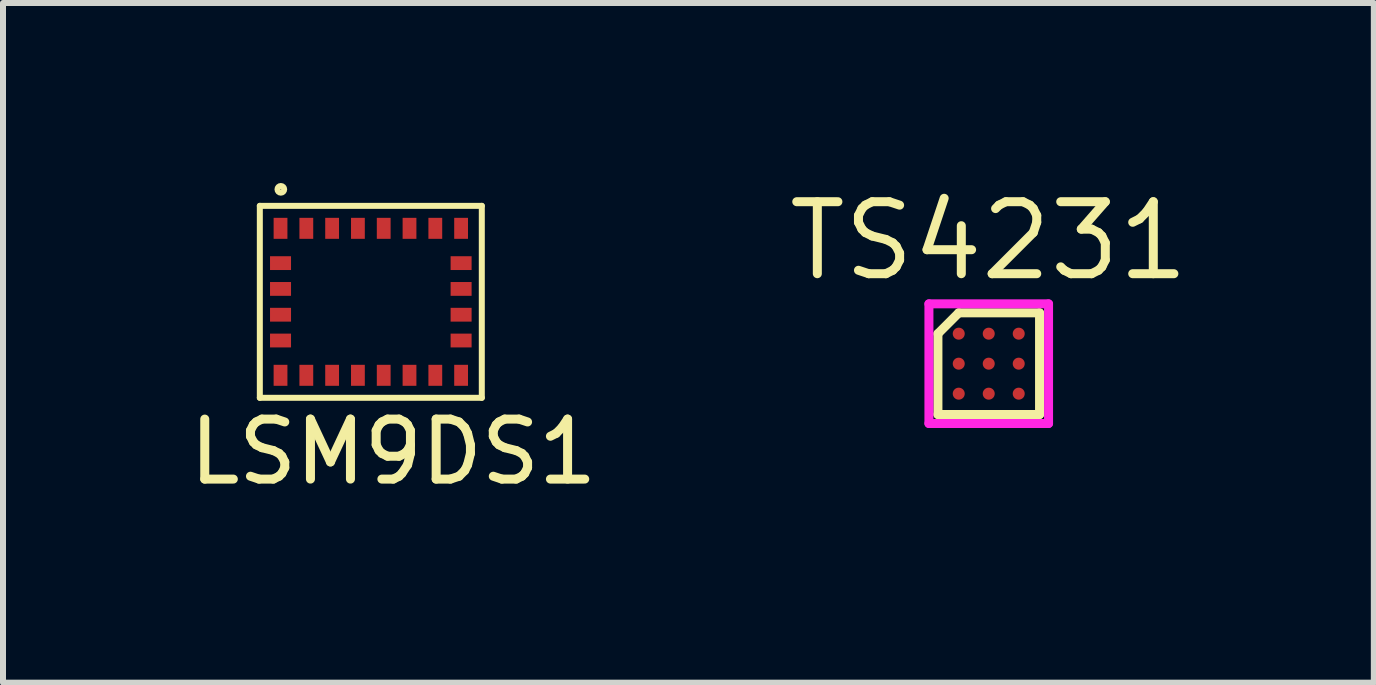
<source format=kicad_pcb>
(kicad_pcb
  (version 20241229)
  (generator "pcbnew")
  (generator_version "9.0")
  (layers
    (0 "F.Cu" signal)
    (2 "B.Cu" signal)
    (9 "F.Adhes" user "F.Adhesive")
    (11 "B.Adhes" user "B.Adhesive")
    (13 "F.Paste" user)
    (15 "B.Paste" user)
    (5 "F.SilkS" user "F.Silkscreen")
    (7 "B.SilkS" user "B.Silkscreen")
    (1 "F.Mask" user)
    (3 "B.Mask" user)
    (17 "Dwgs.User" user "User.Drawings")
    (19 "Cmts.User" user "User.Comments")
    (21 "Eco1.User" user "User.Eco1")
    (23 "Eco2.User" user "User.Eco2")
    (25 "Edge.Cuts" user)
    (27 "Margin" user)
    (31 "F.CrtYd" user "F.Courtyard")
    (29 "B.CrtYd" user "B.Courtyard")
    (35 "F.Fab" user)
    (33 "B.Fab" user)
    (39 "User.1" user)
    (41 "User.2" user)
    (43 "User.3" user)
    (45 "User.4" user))
  (footprint "TS4231"
    (layer "F.Cu")
    (at 13.431 3.012)
    (property "Reference" "TS4231" (at 0 -2.047 0) (layer "F.SilkS") (effects (font (size 1.2 1.2) (thickness 0.15))))
    (attr through_hole)
    (fp_line (start -0.847 -0.5) (end -0.847 0.847) (stroke (width 0.15) (type solid)) (layer "F.SilkS"))
    (fp_line (start -0.847 0.847) (end 0.847 0.847) (stroke (width 0.15) (type solid)) (layer "F.SilkS"))
    (fp_line (start -0.5 -0.847) (end -0.847 -0.5) (stroke (width 0.15) (type solid)) (layer "F.SilkS"))
    (fp_line (start 0.847 -0.847) (end -0.5 -0.847) (stroke (width 0.15) (type solid)) (layer "F.SilkS"))
    (fp_line (start 0.847 0.847) (end 0.847 -0.847) (stroke (width 0.15) (type solid)) (layer "F.SilkS"))
    (fp_line (start -0.997 -0.997) (end 0.997 -0.997) (stroke (width 0.15) (type solid)) (layer "F.CrtYd"))
    (fp_line (start -0.997 0.997) (end -0.997 -0.997) (stroke (width 0.15) (type solid)) (layer "F.CrtYd"))
    (fp_line (start 0.997 -0.997) (end 0.997 0.997) (stroke (width 0.15) (type solid)) (layer "F.CrtYd"))
    (fp_line (start 0.997 0.997) (end -0.997 0.997) (stroke (width 0.15) (type solid)) (layer "F.CrtYd"))
    (pad "A1" smd circle (at -0.5 -0.5) (size 0.2 0.2) (layers "F.Cu" "F.Mask" "F.Paste"))
    (pad "A2" smd circle (at 0 -0.5) (size 0.2 0.2) (layers "F.Cu" "F.Mask" "F.Paste"))
    (pad "A3" smd circle (at 0.5 -0.5) (size 0.2 0.2) (layers "F.Cu" "F.Mask" "F.Paste"))
    (pad "B1" smd circle (at -0.5 0) (size 0.2 0.2) (layers "F.Cu" "F.Mask" "F.Paste"))
    (pad "B2" smd circle (at 0 0) (size 0.2 0.2) (layers "F.Cu" "F.Mask" "F.Paste"))
    (pad "B3" smd circle (at 0.5 0) (size 0.2 0.2) (layers "F.Cu" "F.Mask" "F.Paste"))
    (pad "C1" smd circle (at -0.5 0.5) (size 0.2 0.2) (layers "F.Cu" "F.Mask" "F.Paste"))
    (pad "C2" smd circle (at 0 0.5) (size 0.2 0.2) (layers "F.Cu" "F.Mask" "F.Paste"))
    (pad "C3" smd circle (at 0.5 0.5) (size 0.2 0.2) (layers "F.Cu" "F.Mask" "F.Paste")))
  (footprint "LSM9DS1"
    (layer "F.Cu")
    (at 3.131 1.981)
    (property "Reference" "LSM9DS1" (at 0.375 2.5 0) (layer "F.SilkS") (effects (font (size 1 1) (thickness 0.15))))
    (attr through_hole)
    (fp_line (start -1.85 -1.6) (end -1.85 1.6) (stroke (width 0.1) (type solid)) (layer "F.SilkS"))
    (fp_line (start 1.85 -1.6) (end -1.85 -1.6) (stroke (width 0.1) (type solid)) (layer "F.SilkS"))
    (fp_line (start 1.85 -1.6) (end 1.85 1.6) (stroke (width 0.1) (type solid)) (layer "F.SilkS"))
    (fp_line (start 1.85 1.6) (end -1.85 1.6) (stroke (width 0.1) (type solid)) (layer "F.SilkS"))
    (fp_circle (center -1.5 -1.875) (end -1.45 -1.9) (stroke (width 0.1) (type solid)) (fill no) (layer "F.SilkS"))
    (pad "1" smd rect (at -1.505 -1.225 270) (size 0.35 0.23) (layers "F.Cu" "F.Mask" "F.Paste"))
    (pad "2" smd rect (at -1.505 -0.645 180) (size 0.35 0.23) (layers "F.Cu" "F.Mask" "F.Paste"))
    (pad "3" smd rect (at -1.505 -0.215) (size 0.35 0.23) (layers "F.Cu" "F.Mask" "F.Paste"))
    (pad "4" smd rect (at -1.505 0.215) (size 0.35 0.23) (layers "F.Cu" "F.Mask" "F.Paste"))
    (pad "5" smd rect (at -1.505 0.645) (size 0.35 0.23) (layers "F.Cu" "F.Mask" "F.Paste"))
    (pad "6" smd rect (at -1.505 1.225 90) (size 0.35 0.23) (layers "F.Cu" "F.Mask" "F.Paste"))
    (pad "7" smd rect (at -1.075 1.225 90) (size 0.35 0.23) (layers "F.Cu" "F.Mask" "F.Paste"))
    (pad "8" smd rect (at -0.645 1.225 90) (size 0.35 0.23) (layers "F.Cu" "F.Mask" "F.Paste"))
    (pad "9" smd rect (at -0.215 1.225 90) (size 0.35 0.23) (layers "F.Cu" "F.Mask" "F.Paste"))
    (pad "10" smd rect (at 0.215 1.225 90) (size 0.35 0.23) (layers "F.Cu" "F.Mask" "F.Paste"))
    (pad "11" smd rect (at 0.645 1.225 90) (size 0.35 0.23) (layers "F.Cu" "F.Mask" "F.Paste"))
    (pad "12" smd rect (at 1.075 1.225 90) (size 0.35 0.23) (layers "F.Cu" "F.Mask" "F.Paste"))
    (pad "13" smd rect (at 1.505 1.225 90) (size 0.35 0.23) (layers "F.Cu" "F.Mask" "F.Paste"))
    (pad "14" smd rect (at 1.505 0.645 180) (size 0.35 0.23) (layers "F.Cu" "F.Mask" "F.Paste"))
    (pad "15" smd rect (at 1.505 0.215 180) (size 0.35 0.23) (layers "F.Cu" "F.Mask" "F.Paste"))
    (pad "16" smd rect (at 1.505 -0.215 180) (size 0.35 0.23) (layers "F.Cu" "F.Mask" "F.Paste"))
    (pad "17" smd rect (at 1.505 -0.645 180) (size 0.35 0.23) (layers "F.Cu" "F.Mask" "F.Paste"))
    (pad "18" smd rect (at 1.505 -1.225 270) (size 0.35 0.23) (layers "F.Cu" "F.Mask" "F.Paste"))
    (pad "19" smd rect (at 1.075 -1.225 270) (size 0.35 0.23) (layers "F.Cu" "F.Mask" "F.Paste"))
    (pad "20" smd rect (at 0.645 -1.225 270) (size 0.35 0.23) (layers "F.Cu" "F.Mask" "F.Paste"))
    (pad "21" smd rect (at 0.215 -1.225 270) (size 0.35 0.23) (layers "F.Cu" "F.Mask" "F.Paste"))
    (pad "22" smd rect (at -0.215 -1.225 270) (size 0.35 0.23) (layers "F.Cu" "F.Mask" "F.Paste"))
    (pad "23" smd rect (at -0.645 -1.225 270) (size 0.35 0.23) (layers "F.Cu" "F.Mask" "F.Paste"))
    (pad "24" smd rect (at -1.075 -1.225 270) (size 0.35 0.23) (layers "F.Cu" "F.Mask" "F.Paste")))
  (gr_rect
    (start -3 -3)
    (end 19.85 8.329)
    (stroke (width 0.1) (type default))
    (fill no)
    (layer "Edge.Cuts")))
</source>
